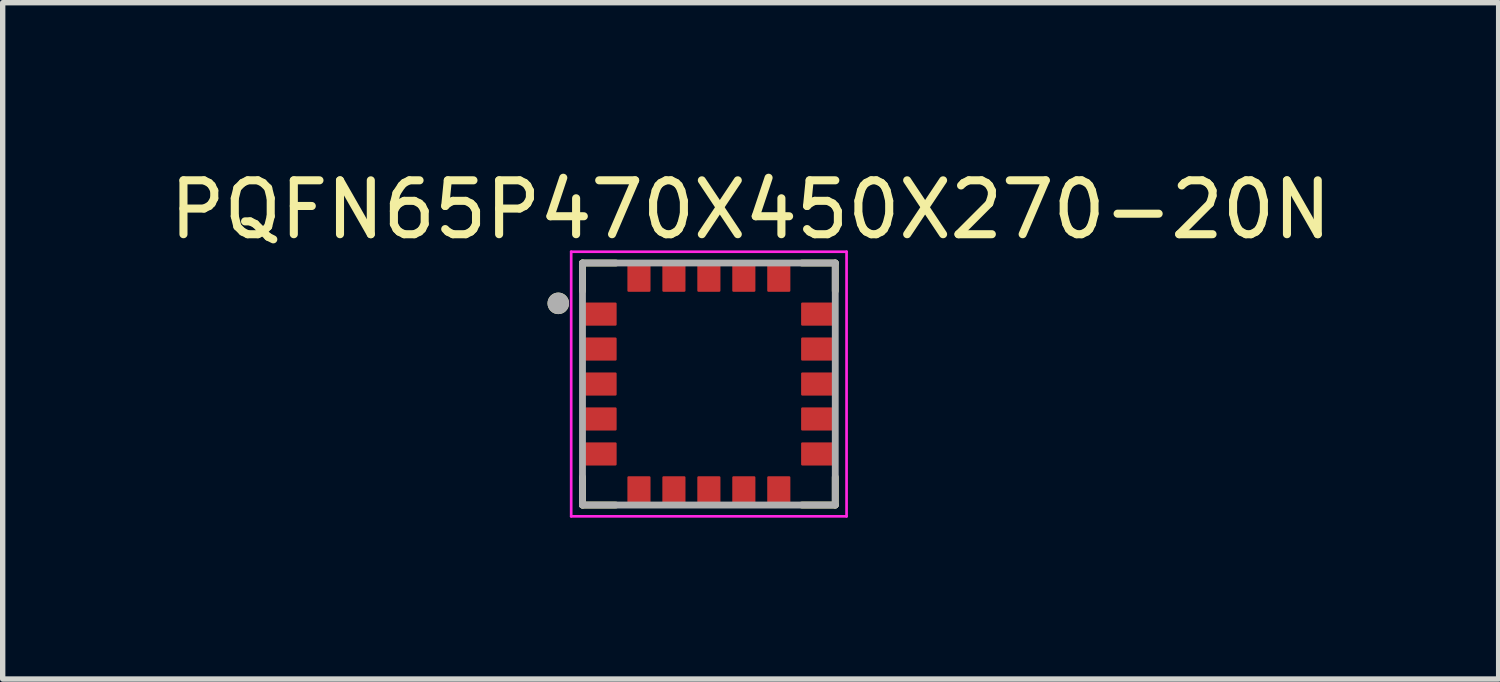
<source format=kicad_pcb>
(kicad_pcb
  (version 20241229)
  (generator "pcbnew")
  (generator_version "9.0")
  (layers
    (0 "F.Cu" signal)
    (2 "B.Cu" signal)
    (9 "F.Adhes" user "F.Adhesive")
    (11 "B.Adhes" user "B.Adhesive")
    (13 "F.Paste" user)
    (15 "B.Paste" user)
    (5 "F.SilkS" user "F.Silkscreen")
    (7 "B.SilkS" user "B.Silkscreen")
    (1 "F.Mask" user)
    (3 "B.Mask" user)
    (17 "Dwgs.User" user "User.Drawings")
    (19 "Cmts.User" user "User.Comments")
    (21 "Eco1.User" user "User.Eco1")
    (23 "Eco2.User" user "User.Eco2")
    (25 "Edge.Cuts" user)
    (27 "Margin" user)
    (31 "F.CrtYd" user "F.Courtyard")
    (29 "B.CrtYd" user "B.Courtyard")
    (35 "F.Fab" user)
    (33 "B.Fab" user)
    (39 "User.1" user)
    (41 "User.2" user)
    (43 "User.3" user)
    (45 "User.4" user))
  (footprint "PQFN65P470X450X270-20N"
    (layer "F.Cu")
    (at 10.13 4.09)
    (property "Reference" "PQFN65P470X450X270-20N" (at 0.776 -3.241 0) (layer "F.SilkS") (effects (font (size 1.002 1.002) (thickness 0.15))))
    (attr through_hole)
    (fp_line (start -2.35 -2.25) (end -1.73 -2.25) (stroke (width 0.127) (type solid)) (layer "F.SilkS"))
    (fp_line (start -2.35 -1.73) (end -2.35 -2.25) (stroke (width 0.127) (type solid)) (layer "F.SilkS"))
    (fp_line (start -2.35 2.25) (end -2.35 1.73) (stroke (width 0.127) (type solid)) (layer "F.SilkS"))
    (fp_line (start -1.73 2.25) (end -2.35 2.25) (stroke (width 0.127) (type solid)) (layer "F.SilkS"))
    (fp_line (start 1.73 -2.25) (end 2.35 -2.25) (stroke (width 0.127) (type solid)) (layer "F.SilkS"))
    (fp_line (start 2.35 -2.25) (end 2.35 -1.73) (stroke (width 0.127) (type solid)) (layer "F.SilkS"))
    (fp_line (start 2.35 1.73) (end 2.35 2.25) (stroke (width 0.127) (type solid)) (layer "F.SilkS"))
    (fp_line (start 2.35 2.25) (end 1.73 2.25) (stroke (width 0.127) (type solid)) (layer "F.SilkS"))
    (fp_circle (center -2.8 -1.5) (end -2.7 -1.5) (stroke (width 0.2) (type solid)) (fill no) (layer "F.SilkS"))
    (fp_line (start -2.56 -2.46) (end 2.56 -2.46) (stroke (width 0.05) (type solid)) (layer "F.CrtYd"))
    (fp_line (start -2.56 2.46) (end -2.56 -2.46) (stroke (width 0.05) (type solid)) (layer "F.CrtYd"))
    (fp_line (start 2.56 -2.46) (end 2.56 2.46) (stroke (width 0.05) (type solid)) (layer "F.CrtYd"))
    (fp_line (start 2.56 2.46) (end -2.56 2.46) (stroke (width 0.05) (type solid)) (layer "F.CrtYd"))
    (fp_line (start -2.35 -2.25) (end 2.35 -2.25) (stroke (width 0.127) (type solid)) (layer "F.Fab"))
    (fp_line (start -2.35 2.25) (end -2.35 -2.25) (stroke (width 0.127) (type solid)) (layer "F.Fab"))
    (fp_line (start 2.35 -2.25) (end 2.35 2.25) (stroke (width 0.127) (type solid)) (layer "F.Fab"))
    (fp_line (start 2.35 2.25) (end -2.35 2.25) (stroke (width 0.127) (type solid)) (layer "F.Fab"))
    (fp_circle (center -2.8 -1.5) (end -2.7 -1.5) (stroke (width 0.2) (type solid)) (fill no) (layer "F.Fab"))
    (pad "1" smd roundrect (at -2.01 -1.3) (size 0.59 0.43) (layers "F.Cu" "F.Mask" "F.Paste") (roundrect_rratio 0.05))
    (pad "2" smd roundrect (at -2.01 -0.65) (size 0.59 0.43) (layers "F.Cu" "F.Mask" "F.Paste") (roundrect_rratio 0.05))
    (pad "3" smd roundrect (at -2.01 0) (size 0.59 0.43) (layers "F.Cu" "F.Mask" "F.Paste") (roundrect_rratio 0.05))
    (pad "4" smd roundrect (at -2.01 0.65) (size 0.59 0.43) (layers "F.Cu" "F.Mask" "F.Paste") (roundrect_rratio 0.05))
    (pad "5" smd roundrect (at -2.01 1.3) (size 0.59 0.43) (layers "F.Cu" "F.Mask" "F.Paste") (roundrect_rratio 0.05))
    (pad "6" smd roundrect (at -1.3 2.01) (size 0.43 0.59) (layers "F.Cu" "F.Mask" "F.Paste") (roundrect_rratio 0.05))
    (pad "7" smd roundrect (at -0.65 2.01) (size 0.43 0.59) (layers "F.Cu" "F.Mask" "F.Paste") (roundrect_rratio 0.05))
    (pad "8" smd roundrect (at 0 2.01) (size 0.43 0.59) (layers "F.Cu" "F.Mask" "F.Paste") (roundrect_rratio 0.05))
    (pad "9" smd roundrect (at 0.65 2.01) (size 0.43 0.59) (layers "F.Cu" "F.Mask" "F.Paste") (roundrect_rratio 0.05))
    (pad "10" smd roundrect (at 1.3 2.01) (size 0.43 0.59) (layers "F.Cu" "F.Mask" "F.Paste") (roundrect_rratio 0.05))
    (pad "11" smd roundrect (at 2.01 1.3) (size 0.59 0.43) (layers "F.Cu" "F.Mask" "F.Paste") (roundrect_rratio 0.05))
    (pad "12" smd roundrect (at 2.01 0.65) (size 0.59 0.43) (layers "F.Cu" "F.Mask" "F.Paste") (roundrect_rratio 0.05))
    (pad "13" smd roundrect (at 2.01 0) (size 0.59 0.43) (layers "F.Cu" "F.Mask" "F.Paste") (roundrect_rratio 0.05))
    (pad "14" smd roundrect (at 2.01 -0.65) (size 0.59 0.43) (layers "F.Cu" "F.Mask" "F.Paste") (roundrect_rratio 0.05))
    (pad "15" smd roundrect (at 2.01 -1.3) (size 0.59 0.43) (layers "F.Cu" "F.Mask" "F.Paste") (roundrect_rratio 0.05))
    (pad "16" smd roundrect (at 1.3 -2.01) (size 0.43 0.59) (layers "F.Cu" "F.Mask" "F.Paste") (roundrect_rratio 0.05))
    (pad "17" smd roundrect (at 0.65 -2.01) (size 0.43 0.59) (layers "F.Cu" "F.Mask" "F.Paste") (roundrect_rratio 0.05))
    (pad "18" smd roundrect (at 0 -2.01) (size 0.43 0.59) (layers "F.Cu" "F.Mask" "F.Paste") (roundrect_rratio 0.05))
    (pad "19" smd roundrect (at -0.65 -2.01) (size 0.43 0.59) (layers "F.Cu" "F.Mask" "F.Paste") (roundrect_rratio 0.05))
    (pad "20" smd roundrect (at -1.3 -2.01) (size 0.43 0.59) (layers "F.Cu" "F.Mask" "F.Paste") (roundrect_rratio 0.05)))
  (gr_rect
    (start -3 -3)
    (end 24.814 9.575)
    (stroke (width 0.1) (type default))
    (fill no)
    (layer "Edge.Cuts")))
</source>
